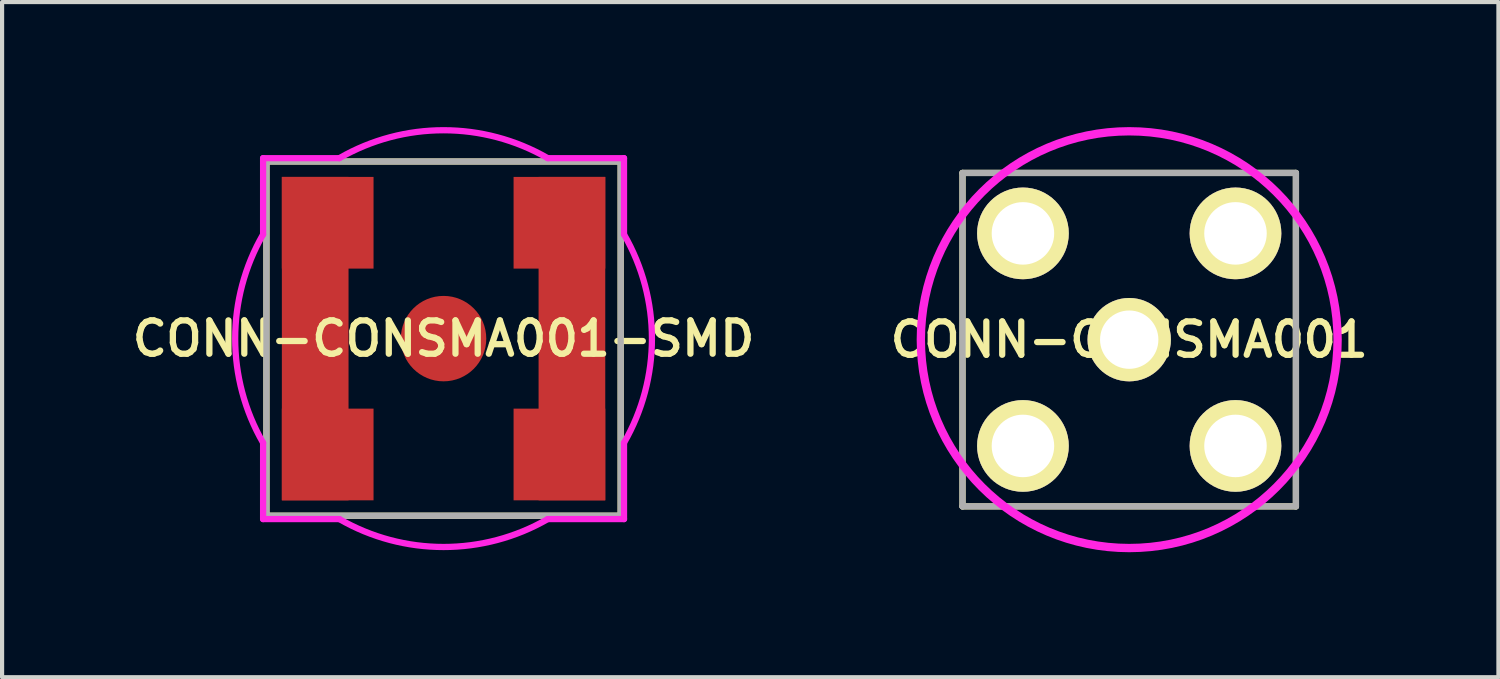
<source format=kicad_pcb>
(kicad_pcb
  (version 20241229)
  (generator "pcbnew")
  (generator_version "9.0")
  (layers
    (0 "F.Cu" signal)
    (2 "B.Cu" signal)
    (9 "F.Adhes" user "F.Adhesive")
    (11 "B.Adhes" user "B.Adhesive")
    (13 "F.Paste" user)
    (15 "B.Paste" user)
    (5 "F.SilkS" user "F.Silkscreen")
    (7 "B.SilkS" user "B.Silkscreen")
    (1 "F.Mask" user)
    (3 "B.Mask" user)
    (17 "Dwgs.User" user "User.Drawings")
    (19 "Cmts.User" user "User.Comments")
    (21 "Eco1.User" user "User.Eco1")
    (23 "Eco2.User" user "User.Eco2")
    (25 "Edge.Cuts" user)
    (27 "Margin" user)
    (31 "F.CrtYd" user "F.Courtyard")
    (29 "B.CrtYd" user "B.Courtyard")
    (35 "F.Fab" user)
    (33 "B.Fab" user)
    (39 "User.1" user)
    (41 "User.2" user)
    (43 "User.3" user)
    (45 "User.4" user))
  (footprint "CONN-CONSMA001"
    (layer "F.Cu")
    (at 24.045 5.1)
    (property "Reference" "CONN-CONSMA001" (at 0 0 0) (layer "F.SilkS") (effects (font (size 0.8 0.8) (thickness 0.15))))
    (attr through_hole)
    (fp_line (start -4 -4) (end -4 4) (stroke (width 0.15) (type solid)) (layer "F.SilkS"))
    (fp_line (start -4 4) (end 4 4) (stroke (width 0.15) (type solid)) (layer "F.SilkS"))
    (fp_line (start 4 -4) (end -4 -4) (stroke (width 0.15) (type solid)) (layer "F.SilkS"))
    (fp_line (start 4 4) (end 4 -4) (stroke (width 0.15) (type solid)) (layer "F.SilkS"))
    (fp_circle (center 0 0) (end 5 0) (stroke (width 0.2) (type solid)) (fill no) (layer "F.CrtYd"))
    (fp_line (start -4 -4) (end -4 4) (stroke (width 0.15) (type solid)) (layer "F.Fab"))
    (fp_line (start -4 4) (end 4 4) (stroke (width 0.15) (type solid)) (layer "F.Fab"))
    (fp_line (start 4 -4) (end -4 -4) (stroke (width 0.15) (type solid)) (layer "F.Fab"))
    (fp_line (start 4 4) (end 4 -4) (stroke (width 0.15) (type solid)) (layer "F.Fab"))
    (pad "1" thru_hole circle (at 0 0) (size 2 2) (drill 1.4) (layers "*.Cu" "*.Mask" "F.SilkS"))
    (pad "2" thru_hole circle (at -2.55 -2.55) (size 2.2 2.2) (drill 1.5) (layers "*.Cu" "*.Mask" "F.SilkS"))
    (pad "2" thru_hole circle (at -2.55 2.55) (size 2.2 2.2) (drill 1.5) (layers "*.Cu" "*.Mask" "F.SilkS"))
    (pad "2" thru_hole circle (at 2.55 -2.55) (size 2.2 2.2) (drill 1.5) (layers "*.Cu" "*.Mask" "F.SilkS"))
    (pad "2" thru_hole circle (at 2.55 2.55) (size 2.2 2.2) (drill 1.5) (layers "*.Cu" "*.Mask" "F.SilkS")))
  (footprint "CONN-CONSMA001-SMD"
    (layer "F.Cu")
    (at 7.593 5.075)
    (property "Reference" "CONN-CONSMA001-SMD" (at 0 0 0) (layer "F.SilkS") (effects (font (size 0.8 0.8) (thickness 0.15))))
    (attr through_hole)
    (fp_line (start -4.25 -4.25) (end 4.25 -4.25) (stroke (width 0.15) (type solid)) (layer "F.SilkS"))
    (fp_line (start -4.25 4.25) (end -4.25 -4.25) (stroke (width 0.15) (type solid)) (layer "F.SilkS"))
    (fp_line (start 4.25 -4.25) (end 4.25 4.25) (stroke (width 0.15) (type solid)) (layer "F.SilkS"))
    (fp_line (start 4.25 4.25) (end -4.25 4.25) (stroke (width 0.15) (type solid)) (layer "F.SilkS"))
    (fp_line (start -4.33 -4.33) (end -4.33 -2.5) (stroke (width 0.15) (type solid)) (layer "F.CrtYd"))
    (fp_line (start -4.33 2.5) (end -4.33 4.33) (stroke (width 0.15) (type solid)) (layer "F.CrtYd"))
    (fp_line (start -4.33 4.33) (end -2.5 4.33) (stroke (width 0.15) (type solid)) (layer "F.CrtYd"))
    (fp_line (start -2.5 -4.33) (end -4.33 -4.33) (stroke (width 0.15) (type solid)) (layer "F.CrtYd"))
    (fp_line (start 2.5 4.33) (end 4.33 4.33) (stroke (width 0.15) (type solid)) (layer "F.CrtYd"))
    (fp_line (start 4.33 -4.33) (end 2.5 -4.33) (stroke (width 0.15) (type solid)) (layer "F.CrtYd"))
    (fp_line (start 4.33 -2.5) (end 4.33 -4.33) (stroke (width 0.15) (type solid)) (layer "F.CrtYd"))
    (fp_line (start 4.33 4.33) (end 4.33 2.5) (stroke (width 0.15) (type solid)) (layer "F.CrtYd"))
    (fp_arc (start -4.33 2.5) (mid -4.99989 0.000064) (end -4.330064 -2.49989) (stroke (width 0.15) (type solid)) (layer "F.CrtYd"))
    (fp_arc (start -2.5 -4.33) (mid -0.000064 -4.99989) (end 2.49989 -4.330064) (stroke (width 0.15) (type solid)) (layer "F.CrtYd"))
    (fp_arc (start 2.5 4.33) (mid 0.000064 4.99989) (end -2.49989 4.330064) (stroke (width 0.15) (type solid)) (layer "F.CrtYd"))
    (fp_arc (start 4.33 -2.5) (mid 4.99989 -0.000064) (end 4.330064 2.49989) (stroke (width 0.15) (type solid)) (layer "F.CrtYd"))
    (fp_line (start -4.25 -4.25) (end 4.25 -4.25) (stroke (width 0.15) (type solid)) (layer "F.Fab"))
    (fp_line (start -4.25 4.25) (end -4.25 -4.25) (stroke (width 0.15) (type solid)) (layer "F.Fab"))
    (fp_line (start 4.25 -4.25) (end 4.25 4.25) (stroke (width 0.15) (type solid)) (layer "F.Fab"))
    (fp_line (start 4.25 4.25) (end -4.25 4.25) (stroke (width 0.15) (type solid)) (layer "F.Fab"))
    (pad "1" smd circle (at 0 0) (size 2.05 2.05) (layers "F.Cu" "F.Mask" "F.Paste"))
    (pad "2" smd rect (at -3.08 0) (size 1.6 7.76) (layers "F.Cu" "F.Mask" "F.Paste"))
    (pad "2" smd rect (at -2.78 -2.78) (size 2.2 2.2) (layers "F.Cu" "F.Mask" "F.Paste"))
    (pad "2" smd rect (at -2.78 2.78) (size 2.2 2.2) (layers "F.Cu" "F.Mask" "F.Paste"))
    (pad "2" smd rect (at 2.78 -2.78) (size 2.2 2.2) (layers "F.Cu" "F.Mask" "F.Paste"))
    (pad "2" smd rect (at 2.78 2.78) (size 2.2 2.2) (layers "F.Cu" "F.Mask" "F.Paste"))
    (pad "2" smd rect (at 3.08 0) (size 1.6 7.76) (layers "F.Cu" "F.Mask" "F.Paste")))
  (gr_rect
    (start -3 -3)
    (end 32.904 13.2)
    (stroke (width 0.1) (type default))
    (fill no)
    (layer "Edge.Cuts")))
</source>
